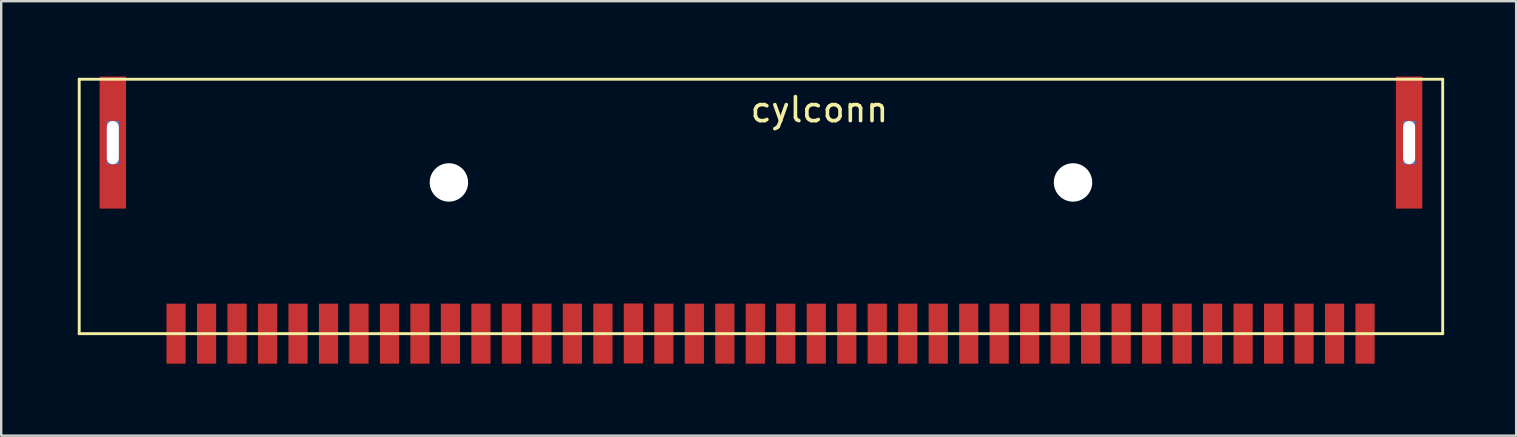
<source format=kicad_pcb>
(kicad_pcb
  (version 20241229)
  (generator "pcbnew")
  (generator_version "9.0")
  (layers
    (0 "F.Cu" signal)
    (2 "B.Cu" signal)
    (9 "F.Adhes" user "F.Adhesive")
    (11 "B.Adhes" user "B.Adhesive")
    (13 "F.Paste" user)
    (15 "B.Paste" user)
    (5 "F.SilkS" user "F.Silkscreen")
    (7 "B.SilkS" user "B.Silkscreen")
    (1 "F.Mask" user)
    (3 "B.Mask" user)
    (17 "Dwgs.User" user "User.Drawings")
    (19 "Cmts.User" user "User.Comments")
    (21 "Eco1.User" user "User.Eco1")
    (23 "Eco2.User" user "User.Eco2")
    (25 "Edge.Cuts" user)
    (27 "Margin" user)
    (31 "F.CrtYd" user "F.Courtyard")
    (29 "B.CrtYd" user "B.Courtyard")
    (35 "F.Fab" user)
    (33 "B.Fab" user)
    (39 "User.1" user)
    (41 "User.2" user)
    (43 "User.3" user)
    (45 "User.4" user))
  (footprint "cylconn"
    (layer "F.Cu")
    (at 0.25 0.25)
    (property "Reference" "cylconn" (at 30.836 1.27 0) (layer "F.SilkS") (effects (font (size 1 1) (thickness 0.15))))
    (attr through_hole)
    (fp_line (start 0 0) (end 0 10.6) (stroke (width 0.12) (type solid)) (layer "F.SilkS"))
    (fp_line (start 0 0) (end 56.8 0) (stroke (width 0.12) (type solid)) (layer "F.SilkS"))
    (fp_line (start 0 10.6) (end 56.8 10.6) (stroke (width 0.12) (type solid)) (layer "F.SilkS"))
    (fp_line (start 56.8 0) (end 56.8 10.6) (stroke (width 0.12) (type solid)) (layer "F.SilkS"))
    (pad "" np_thru_hole rect (at 1.4 2.64) (size 0.5 1.8) (drill oval 0.5 1.8) (layers "*.Cu" "*.Mask"))
    (pad "" smd rect (at 1.4 2.64) (size 1.1 5.5) (layers "F.Cu" "F.Mask" "F.Paste"))
    (pad "" np_thru_hole circle (at 15.4 4.3) (size 1.6 1.6) (drill 1.6) (layers "*.Cu" "*.Mask"))
    (pad "" np_thru_hole circle (at 41.4 4.3) (size 1.6 1.6) (drill 1.6) (layers "*.Cu" "*.Mask"))
    (pad "" np_thru_hole rect (at 55.4 2.64) (size 0.5 1.8) (drill oval 0.5 1.8) (layers "*.Cu" "*.Mask"))
    (pad "" smd rect (at 55.4 2.64) (size 1.1 5.5) (layers "F.Cu" "F.Mask" "F.Paste"))
    (pad "1" smd rect (at 4.035 10.6) (size 0.8 2.5) (layers "F.Cu" "F.Mask" "F.Paste"))
    (pad "2" smd rect (at 5.305 10.6) (size 0.8 2.5) (layers "F.Cu" "F.Mask" "F.Paste"))
    (pad "3" smd rect (at 6.575 10.6) (size 0.8 2.5) (layers "F.Cu" "F.Mask" "F.Paste"))
    (pad "4" smd rect (at 7.845 10.6) (size 0.8 2.5) (layers "F.Cu" "F.Mask" "F.Paste"))
    (pad "5" smd rect (at 9.115 10.6) (size 0.8 2.5) (layers "F.Cu" "F.Mask" "F.Paste"))
    (pad "6" smd rect (at 10.385 10.6) (size 0.8 2.5) (layers "F.Cu" "F.Mask" "F.Paste"))
    (pad "7" smd rect (at 11.655 10.6) (size 0.8 2.5) (layers "F.Cu" "F.Mask" "F.Paste"))
    (pad "8" smd rect (at 12.925 10.6) (size 0.8 2.5) (layers "F.Cu" "F.Mask" "F.Paste"))
    (pad "9" smd rect (at 14.195 10.6) (size 0.8 2.5) (layers "F.Cu" "F.Mask" "F.Paste"))
    (pad "10" smd rect (at 15.465 10.6) (size 0.8 2.5) (layers "F.Cu" "F.Mask" "F.Paste"))
    (pad "11" smd rect (at 16.735 10.6) (size 0.8 2.5) (layers "F.Cu" "F.Mask" "F.Paste"))
    (pad "12" smd rect (at 18.005 10.6) (size 0.8 2.5) (layers "F.Cu" "F.Mask" "F.Paste"))
    (pad "13" smd rect (at 19.275 10.6) (size 0.8 2.5) (layers "F.Cu" "F.Mask" "F.Paste"))
    (pad "14" smd rect (at 20.545 10.6) (size 0.8 2.5) (layers "F.Cu" "F.Mask" "F.Paste"))
    (pad "15" smd rect (at 21.815 10.6) (size 0.8 2.5) (layers "F.Cu" "F.Mask" "F.Paste"))
    (pad "16" smd rect (at 23.085 10.592) (size 0.8 2.5) (layers "F.Cu" "F.Mask" "F.Paste"))
    (pad "17" smd rect (at 24.355 10.6) (size 0.8 2.5) (layers "F.Cu" "F.Mask" "F.Paste"))
    (pad "18" smd rect (at 25.625 10.6) (size 0.8 2.5) (layers "F.Cu" "F.Mask" "F.Paste"))
    (pad "19" smd rect (at 26.895 10.6) (size 0.8 2.5) (layers "F.Cu" "F.Mask" "F.Paste"))
    (pad "20" smd rect (at 28.165 10.6) (size 0.8 2.5) (layers "F.Cu" "F.Mask" "F.Paste"))
    (pad "21" smd rect (at 29.435 10.6) (size 0.8 2.5) (layers "F.Cu" "F.Mask" "F.Paste"))
    (pad "22" smd rect (at 30.705 10.6) (size 0.8 2.5) (layers "F.Cu" "F.Mask" "F.Paste"))
    (pad "23" smd rect (at 31.975 10.6) (size 0.8 2.5) (layers "F.Cu" "F.Mask" "F.Paste"))
    (pad "24" smd rect (at 33.245 10.6) (size 0.8 2.5) (layers "F.Cu" "F.Mask" "F.Paste"))
    (pad "25" smd rect (at 34.515 10.6) (size 0.8 2.5) (layers "F.Cu" "F.Mask" "F.Paste"))
    (pad "26" smd rect (at 35.785 10.6) (size 0.8 2.5) (layers "F.Cu" "F.Mask" "F.Paste"))
    (pad "27" smd rect (at 37.055 10.6) (size 0.8 2.5) (layers "F.Cu" "F.Mask" "F.Paste"))
    (pad "28" smd rect (at 38.325 10.6) (size 0.8 2.5) (layers "F.Cu" "F.Mask" "F.Paste"))
    (pad "29" smd rect (at 39.595 10.6) (size 0.8 2.5) (layers "F.Cu" "F.Mask" "F.Paste"))
    (pad "30" smd rect (at 40.865 10.6) (size 0.8 2.5) (layers "F.Cu" "F.Mask" "F.Paste"))
    (pad "31" smd rect (at 42.135 10.6) (size 0.8 2.5) (layers "F.Cu" "F.Mask" "F.Paste"))
    (pad "32" smd rect (at 43.405 10.6) (size 0.8 2.5) (layers "F.Cu" "F.Mask" "F.Paste"))
    (pad "33" smd rect (at 44.675 10.6) (size 0.8 2.5) (layers "F.Cu" "F.Mask" "F.Paste"))
    (pad "34" smd rect (at 45.945 10.6) (size 0.8 2.5) (layers "F.Cu" "F.Mask" "F.Paste"))
    (pad "35" smd rect (at 47.215 10.6) (size 0.8 2.5) (layers "F.Cu" "F.Mask" "F.Paste"))
    (pad "36" smd rect (at 48.485 10.6) (size 0.8 2.5) (layers "F.Cu" "F.Mask" "F.Paste"))
    (pad "37" smd rect (at 49.755 10.6) (size 0.8 2.5) (layers "F.Cu" "F.Mask" "F.Paste"))
    (pad "38" smd rect (at 51.025 10.6) (size 0.8 2.5) (layers "F.Cu" "F.Mask" "F.Paste"))
    (pad "39" smd rect (at 52.295 10.6) (size 0.8 2.5) (layers "F.Cu" "F.Mask" "F.Paste"))
    (pad "40" smd rect (at 53.565 10.6) (size 0.8 2.5) (layers "F.Cu" "F.Mask" "F.Paste")))
  (gr_rect
    (start -3 -3)
    (end 60.11 15.1)
    (stroke (width 0.1) (type default))
    (fill no)
    (layer "Edge.Cuts")))
</source>
